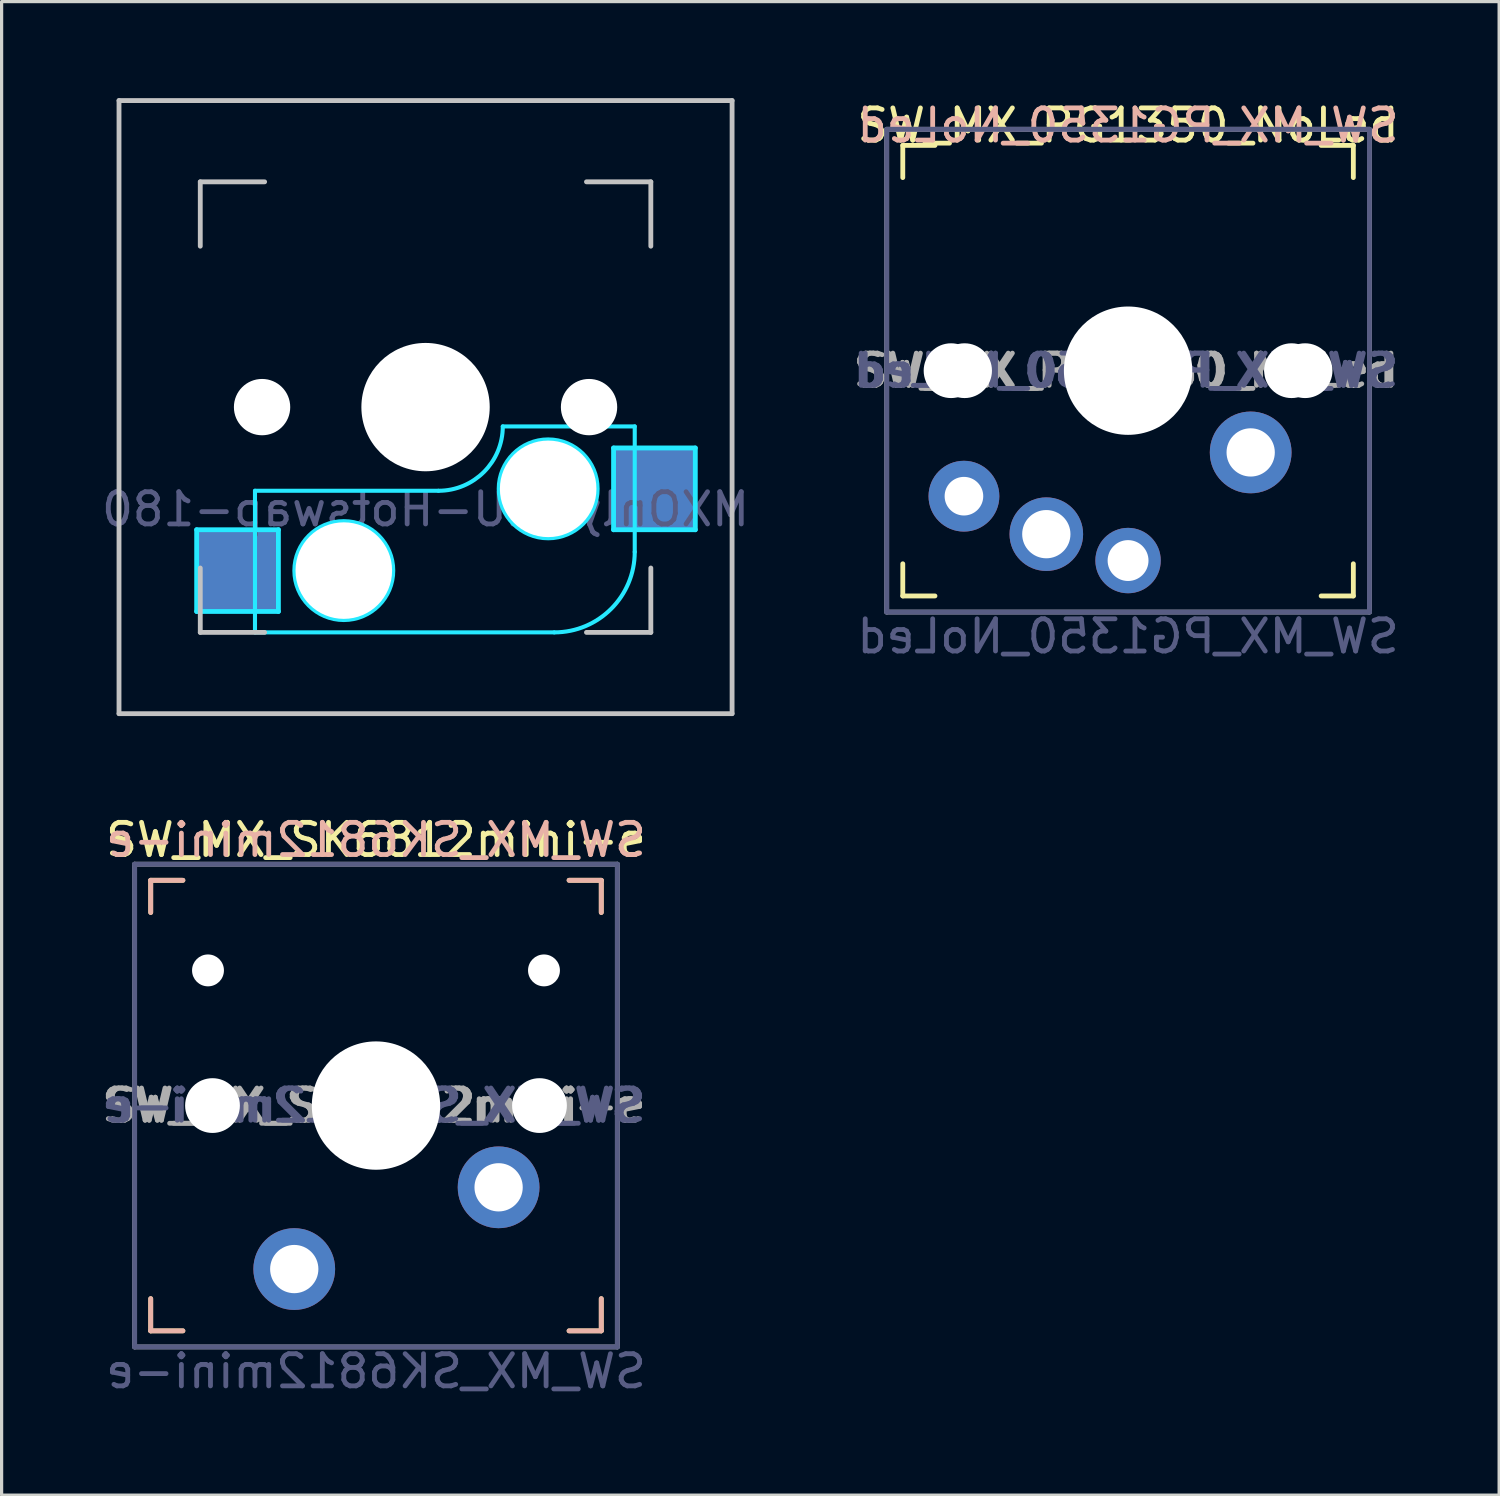
<source format=kicad_pcb>
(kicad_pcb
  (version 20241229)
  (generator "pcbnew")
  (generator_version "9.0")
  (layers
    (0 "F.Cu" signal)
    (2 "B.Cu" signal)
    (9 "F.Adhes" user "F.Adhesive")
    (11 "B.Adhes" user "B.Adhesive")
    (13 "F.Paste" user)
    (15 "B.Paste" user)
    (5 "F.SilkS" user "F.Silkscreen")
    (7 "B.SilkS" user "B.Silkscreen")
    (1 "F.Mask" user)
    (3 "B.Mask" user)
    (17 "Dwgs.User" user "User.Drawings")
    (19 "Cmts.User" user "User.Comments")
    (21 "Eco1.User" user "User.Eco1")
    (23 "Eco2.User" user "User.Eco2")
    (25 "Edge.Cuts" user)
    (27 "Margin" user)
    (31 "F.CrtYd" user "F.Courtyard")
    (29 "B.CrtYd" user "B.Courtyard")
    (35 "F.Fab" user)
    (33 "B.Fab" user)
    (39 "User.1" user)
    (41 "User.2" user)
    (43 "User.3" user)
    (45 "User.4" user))
  (footprint "MXOnly-1U-Hotswap-180"
    (layer "F.Cu")
    (at 10.173 9.6)
    (property "Reference" "MXOnly-1U-Hotswap-180" (at 0 3.175 0) (layer "B.Fab") (effects (font (size 1 1) (thickness 0.15)) (justify mirror)))
    (attr smd)
    (fp_line (start -9.525 -9.525) (end 9.525 -9.525) (stroke (width 0.15) (type solid)) (layer "Dwgs.User"))
    (fp_line (start -9.525 9.525) (end -9.525 -9.525) (stroke (width 0.15) (type solid)) (layer "Dwgs.User"))
    (fp_line (start -7 -7) (end -7 -5) (stroke (width 0.15) (type solid)) (layer "Dwgs.User"))
    (fp_line (start -7 5) (end -7 7) (stroke (width 0.15) (type solid)) (layer "Dwgs.User"))
    (fp_line (start -7 7) (end -5 7) (stroke (width 0.15) (type solid)) (layer "Dwgs.User"))
    (fp_line (start -5 -7) (end -7 -7) (stroke (width 0.15) (type solid)) (layer "Dwgs.User"))
    (fp_line (start 5 -7) (end 7 -7) (stroke (width 0.15) (type solid)) (layer "Dwgs.User"))
    (fp_line (start 5 7) (end 7 7) (stroke (width 0.15) (type solid)) (layer "Dwgs.User"))
    (fp_line (start 7 -7) (end 7 -5) (stroke (width 0.15) (type solid)) (layer "Dwgs.User"))
    (fp_line (start 7 7) (end 7 5) (stroke (width 0.15) (type solid)) (layer "Dwgs.User"))
    (fp_line (start 9.525 -9.525) (end 9.525 9.525) (stroke (width 0.15) (type solid)) (layer "Dwgs.User"))
    (fp_line (start 9.525 9.525) (end -9.525 9.525) (stroke (width 0.15) (type solid)) (layer "Dwgs.User"))
    (fp_line (start -7.112 3.81) (end -4.572 3.81) (stroke (width 0.15) (type solid)) (layer "B.CrtYd"))
    (fp_line (start -7.112 6.35) (end -7.112 3.81) (stroke (width 0.15) (type solid)) (layer "B.CrtYd"))
    (fp_line (start -7.112 6.35) (end -4.572 6.35) (stroke (width 0.15) (type solid)) (layer "B.CrtYd"))
    (fp_line (start -5.3 7) (end -5.3 2.6) (stroke (width 0.127) (type solid)) (layer "B.CrtYd"))
    (fp_line (start -4.572 3.81) (end -4.572 6.35) (stroke (width 0.15) (type solid)) (layer "B.CrtYd"))
    (fp_line (start 0.4 2.6) (end -5.3 2.6) (stroke (width 0.127) (type solid)) (layer "B.CrtYd"))
    (fp_line (start 2.4 0.6) (end 6.5 0.6) (stroke (width 0.127) (type solid)) (layer "B.CrtYd"))
    (fp_line (start 4 7) (end -5.3 7) (stroke (width 0.127) (type solid)) (layer "B.CrtYd"))
    (fp_line (start 5.842 1.27) (end 5.842 3.81) (stroke (width 0.15) (type solid)) (layer "B.CrtYd"))
    (fp_line (start 5.842 1.27) (end 8.382 1.27) (stroke (width 0.15) (type solid)) (layer "B.CrtYd"))
    (fp_line (start 5.842 3.81) (end 8.382 3.81) (stroke (width 0.15) (type solid)) (layer "B.CrtYd"))
    (fp_line (start 6.5 4.5) (end 6.5 0.6) (stroke (width 0.127) (type solid)) (layer "B.CrtYd"))
    (fp_line (start 8.382 3.81) (end 8.382 1.27) (stroke (width 0.15) (type solid)) (layer "B.CrtYd"))
    (fp_arc (start 2.4 0.6) (mid 1.814214 2.014214) (end 0.4 2.6) (stroke (width 0.127) (type solid)) (layer "B.CrtYd"))
    (fp_arc (start 6.5 4.5) (mid 5.767767 6.267767) (end 4 7) (stroke (width 0.127) (type solid)) (layer "B.CrtYd"))
    (fp_circle (center -2.54 5.08) (end -2.54 6.604) (stroke (width 0.15) (type solid)) (fill no) (layer "B.CrtYd"))
    (fp_circle (center 3.81 2.54) (end 3.81 4.064) (stroke (width 0.15) (type solid)) (fill no) (layer "B.CrtYd"))
    (pad "" np_thru_hole circle (at -5.08 0 48.1) (size 1.75 1.75) (drill 1.75) (layers "*.Cu" "*.Mask"))
    (pad "" np_thru_hole circle (at -2.54 5.08 180) (size 3 3) (drill 3) (layers "*.Cu" "*.Mask"))
    (pad "" np_thru_hole circle (at 0 0) (size 3.988 3.988) (drill 3.988) (layers "*.Cu" "*.Mask"))
    (pad "" np_thru_hole circle (at 3.81 2.54 180) (size 3 3) (drill 3) (layers "*.Cu" "*.Mask"))
    (pad "" np_thru_hole circle (at 5.08 0 48.1) (size 1.75 1.75) (drill 1.75) (layers "*.Cu" "*.Mask"))
    (pad "1" smd rect (at 7.085 2.54 180) (size 2.55 2.5) (layers "B.Cu" "B.Mask" "B.Paste"))
    (pad "2" smd rect (at -5.842 5.08 180) (size 2.55 2.5) (layers "B.Cu" "B.Mask" "B.Paste")))
  (footprint "SW_MX_PG1350_NoLed"
    (layer "F.Cu")
    (at 32.002 8.468)
    (property "Reference" "SW_MX_PG1350_NoLed" (at 0 -7.62 0) (layer "F.SilkS") (effects (font (size 1 1) (thickness 0.15))))
    (property "Value" "SW_MX_PG1350_NoLed" (at 0 8.255 0) (layer "F.Fab") (hide yes) (effects (font (size 1 1) (thickness 0.15))))
    (attr through_hole)
    (fp_line (start -7 -7) (end -6 -7) (stroke (width 0.15) (type solid)) (layer "F.SilkS"))
    (fp_line (start -7 -6) (end -7 -7) (stroke (width 0.15) (type solid)) (layer "F.SilkS"))
    (fp_line (start -7 7) (end -7 6) (stroke (width 0.15) (type solid)) (layer "F.SilkS"))
    (fp_line (start -6 7) (end -7 7) (stroke (width 0.15) (type solid)) (layer "F.SilkS"))
    (fp_line (start 6 -7) (end 7 -7) (stroke (width 0.15) (type solid)) (layer "F.SilkS"))
    (fp_line (start 7 -7) (end 7 -6) (stroke (width 0.15) (type solid)) (layer "F.SilkS"))
    (fp_line (start 7 6) (end 7 7) (stroke (width 0.15) (type solid)) (layer "F.SilkS"))
    (fp_line (start 7 7) (end 6 7) (stroke (width 0.15) (type solid)) (layer "F.SilkS"))
    (fp_line (start -6.9 6.9) (end -6.9 -6.9) (stroke (width 0.15) (type solid)) (layer "Eco2.User"))
    (fp_line (start -6.9 6.9) (end 6.9 6.9) (stroke (width 0.15) (type solid)) (layer "Eco2.User"))
    (fp_line (start 6.9 -6.9) (end -6.9 -6.9) (stroke (width 0.15) (type solid)) (layer "Eco2.User"))
    (fp_line (start 6.9 -6.9) (end 6.9 6.9) (stroke (width 0.15) (type solid)) (layer "Eco2.User"))
    (fp_line (start -7.5 -7.5) (end 7.5 -7.5) (stroke (width 0.15) (type solid)) (layer "B.Fab"))
    (fp_line (start -7.5 7.5) (end -7.5 -7.5) (stroke (width 0.15) (type solid)) (layer "B.Fab"))
    (fp_line (start 7.5 -7.5) (end 7.5 7.5) (stroke (width 0.15) (type solid)) (layer "B.Fab"))
    (fp_line (start 7.5 7.5) (end -7.5 7.5) (stroke (width 0.15) (type solid)) (layer "B.Fab"))
    (fp_line (start -7.5 -7.5) (end 7.5 -7.5) (stroke (width 0.15) (type solid)) (layer "F.Fab"))
    (fp_line (start -7.5 7.5) (end -7.5 -7.5) (stroke (width 0.15) (type solid)) (layer "F.Fab"))
    (fp_line (start 7.5 -7.5) (end 7.5 7.5) (stroke (width 0.15) (type solid)) (layer "F.Fab"))
    (fp_line (start 7.5 7.5) (end -7.5 7.5) (stroke (width 0.15) (type solid)) (layer "F.Fab"))
    (fp_text user "${REFERENCE}" (at 0 -7.62 0) (layer "B.SilkS") (effects (font (size 1 1) (thickness 0.15)) (justify mirror)))
    (fp_text user "${REFERENCE}" (at 0 0 0) (layer "B.Fab") (effects (font (size 1 1) (thickness 0.15)) (justify mirror)))
    (fp_text user "${VALUE}" (at 0 8.255 0) (layer "B.Fab") (effects (font (size 1 1) (thickness 0.15)) (justify mirror)))
    (fp_text user "${REFERENCE}" (at -0.127 0 180) (layer "B.Fab") (effects (font (size 1 1) (thickness 0.15)) (justify mirror)))
    (fp_text user "${REFERENCE}" (at 0 0 0) (layer "F.Fab") (effects (font (size 1 1) (thickness 0.15))))
    (fp_text user "${REFERENCE}" (at -0.127 0 180) (layer "F.Fab") (effects (font (size 1 1) (thickness 0.15))))
    (pad "" np_thru_hole circle (at -5.5 0) (size 1.702 1.702) (drill 1.702) (layers "*.Cu" "*.Mask"))
    (pad "" np_thru_hole circle (at -5.08 0 180) (size 1.702 1.702) (drill 1.702) (layers "*.Cu" "*.Mask"))
    (pad "" np_thru_hole circle (at 0 0 180) (size 3.988 3.988) (drill 3.988) (layers "*.Cu" "*.Mask"))
    (pad "" np_thru_hole circle (at 5.08 0 180) (size 1.702 1.702) (drill 1.702) (layers "*.Cu" "*.Mask"))
    (pad "" np_thru_hole circle (at 5.5 0) (size 1.702 1.702) (drill 1.702) (layers "*.Cu" "*.Mask"))
    (pad "1" thru_hole circle (at 0 5.9) (size 2.032 2.032) (drill 1.27) (layers "*.Cu" "*.Mask"))
    (pad "1" thru_hole circle (at 3.81 2.54 225) (size 2.54 2.54) (drill 1.5) (layers "*.Cu" "*.Mask"))
    (pad "2" thru_hole circle (at -5.1 3.9 315) (size 2.2 2.2) (drill 1.2) (layers "*.Cu" "*.Mask"))
    (pad "2" thru_hole circle (at -2.54 5.08 180) (size 2.286 2.286) (drill 1.5) (layers "*.Cu" "*.Mask")))
  (footprint "SW_MX_SK6812mini-e"
    (layer "F.Cu")
    (at 8.633 31.303)
    (property "Reference" "SW_MX_SK6812mini-e" (at 0 -8.255 0) (layer "F.SilkS") (effects (font (size 1 1) (thickness 0.15))))
    (property "Value" "SW_MX_SK6812mini-e" (at 0 8.255 0) (layer "F.Fab") (hide yes) (effects (font (size 1 1) (thickness 0.15))))
    (attr through_hole)
    (fp_line (start -7 -7) (end -6 -7) (stroke (width 0.15) (type solid)) (layer "F.SilkS"))
    (fp_line (start -7 -6) (end -7 -7) (stroke (width 0.15) (type solid)) (layer "F.SilkS"))
    (fp_line (start -7 7) (end -7 6) (stroke (width 0.15) (type solid)) (layer "F.SilkS"))
    (fp_line (start -6 7) (end -7 7) (stroke (width 0.15) (type solid)) (layer "F.SilkS"))
    (fp_line (start 6 -7) (end 7 -7) (stroke (width 0.15) (type solid)) (layer "F.SilkS"))
    (fp_line (start 7 -7) (end 7 -6) (stroke (width 0.15) (type solid)) (layer "F.SilkS"))
    (fp_line (start 7 6) (end 7 7) (stroke (width 0.15) (type solid)) (layer "F.SilkS"))
    (fp_line (start 7 7) (end 6 7) (stroke (width 0.15) (type solid)) (layer "F.SilkS"))
    (fp_line (start -7 -7) (end -6 -7) (stroke (width 0.15) (type solid)) (layer "B.SilkS"))
    (fp_line (start -7 -6) (end -7 -7) (stroke (width 0.15) (type solid)) (layer "B.SilkS"))
    (fp_line (start -7 7) (end -7 6) (stroke (width 0.15) (type solid)) (layer "B.SilkS"))
    (fp_line (start -6 7) (end -7 7) (stroke (width 0.15) (type solid)) (layer "B.SilkS"))
    (fp_line (start 6 -7) (end 7 -7) (stroke (width 0.15) (type solid)) (layer "B.SilkS"))
    (fp_line (start 7 -7) (end 7 -6) (stroke (width 0.15) (type solid)) (layer "B.SilkS"))
    (fp_line (start 7 6) (end 7 7) (stroke (width 0.15) (type solid)) (layer "B.SilkS"))
    (fp_line (start 7 7) (end 6 7) (stroke (width 0.15) (type solid)) (layer "B.SilkS"))
    (fp_line (start -6.9 6.9) (end -6.9 -6.9) (stroke (width 0.15) (type solid)) (layer "Eco2.User"))
    (fp_line (start -6.9 6.9) (end 6.9 6.9) (stroke (width 0.15) (type solid)) (layer "Eco2.User"))
    (fp_line (start -2.6 -3.1) (end -2.6 -6.3) (stroke (width 0.15) (type solid)) (layer "Eco2.User"))
    (fp_line (start -2.6 -3.1) (end 2.6 -3.1) (stroke (width 0.15) (type solid)) (layer "Eco2.User"))
    (fp_line (start 2.6 -6.3) (end -2.6 -6.3) (stroke (width 0.15) (type solid)) (layer "Eco2.User"))
    (fp_line (start 2.6 -3.1) (end 2.6 -6.3) (stroke (width 0.15) (type solid)) (layer "Eco2.User"))
    (fp_line (start 6.9 -6.9) (end -6.9 -6.9) (stroke (width 0.15) (type solid)) (layer "Eco2.User"))
    (fp_line (start 6.9 -6.9) (end 6.9 6.9) (stroke (width 0.15) (type solid)) (layer "Eco2.User"))
    (fp_line (start -7.5 -7.5) (end 7.5 -7.5) (stroke (width 0.15) (type solid)) (layer "B.Fab"))
    (fp_line (start -7.5 7.5) (end -7.5 -7.5) (stroke (width 0.15) (type solid)) (layer "B.Fab"))
    (fp_line (start 7.5 -7.5) (end 7.5 7.5) (stroke (width 0.15) (type solid)) (layer "B.Fab"))
    (fp_line (start 7.5 7.5) (end -7.5 7.5) (stroke (width 0.15) (type solid)) (layer "B.Fab"))
    (fp_line (start -7.5 -7.5) (end 7.5 -7.5) (stroke (width 0.15) (type solid)) (layer "F.Fab"))
    (fp_line (start -7.5 7.5) (end -7.5 -7.5) (stroke (width 0.15) (type solid)) (layer "F.Fab"))
    (fp_line (start 7.5 -7.5) (end 7.5 7.5) (stroke (width 0.15) (type solid)) (layer "F.Fab"))
    (fp_line (start 7.5 7.5) (end -7.5 7.5) (stroke (width 0.15) (type solid)) (layer "F.Fab"))
    (fp_text user "${REFERENCE}" (at 0 -8.255 0) (layer "B.SilkS") (effects (font (size 1 1) (thickness 0.15)) (justify mirror)))
    (fp_text user "${REFERENCE}" (at 0 0 0) (layer "B.Fab") (effects (font (size 1 1) (thickness 0.15)) (justify mirror)))
    (fp_text user "${VALUE}" (at 0 8.255 0) (layer "B.Fab") (effects (font (size 1 1) (thickness 0.15)) (justify mirror)))
    (fp_text user "${REFERENCE}" (at -0.127 0 180) (layer "B.Fab") (effects (font (size 1 1) (thickness 0.15)) (justify mirror)))
    (fp_text user "${REFERENCE}" (at -0.127 0 180) (layer "F.Fab") (effects (font (size 1 1) (thickness 0.15))))
    (fp_text user "${REFERENCE}" (at 0 0 0) (layer "F.Fab") (effects (font (size 1 1) (thickness 0.15))))
    (pad "" np_thru_hole circle (at -5.22 -4.2) (size 0.991 0.991) (drill 0.991) (layers "*.Cu" "*.Mask"))
    (pad "" np_thru_hole circle (at -5.08 0 180) (size 1.702 1.702) (drill 1.702) (layers "*.Cu" "*.Mask"))
    (pad "" np_thru_hole circle (at 0 0 180) (size 3.988 3.988) (drill 3.988) (layers "*.Cu" "*.Mask"))
    (pad "" np_thru_hole circle (at 5.08 0 180) (size 1.702 1.702) (drill 1.702) (layers "*.Cu" "*.Mask"))
    (pad "" np_thru_hole circle (at 5.22 -4.2) (size 0.991 0.991) (drill 0.991) (layers "*.Cu" "*.Mask"))
    (pad "1" thru_hole circle (at 3.81 2.54 225) (size 2.54 2.54) (drill 1.5) (layers "*.Cu" "*.Mask"))
    (pad "2" thru_hole circle (at -2.54 5.08 180) (size 2.54 2.54) (drill 1.5) (layers "*.Cu" "*.Mask")))
  (gr_rect
    (start -3 -3)
    (end 43.532 43.407)
    (stroke (width 0.1) (type default))
    (fill no)
    (layer "Edge.Cuts")))
</source>
